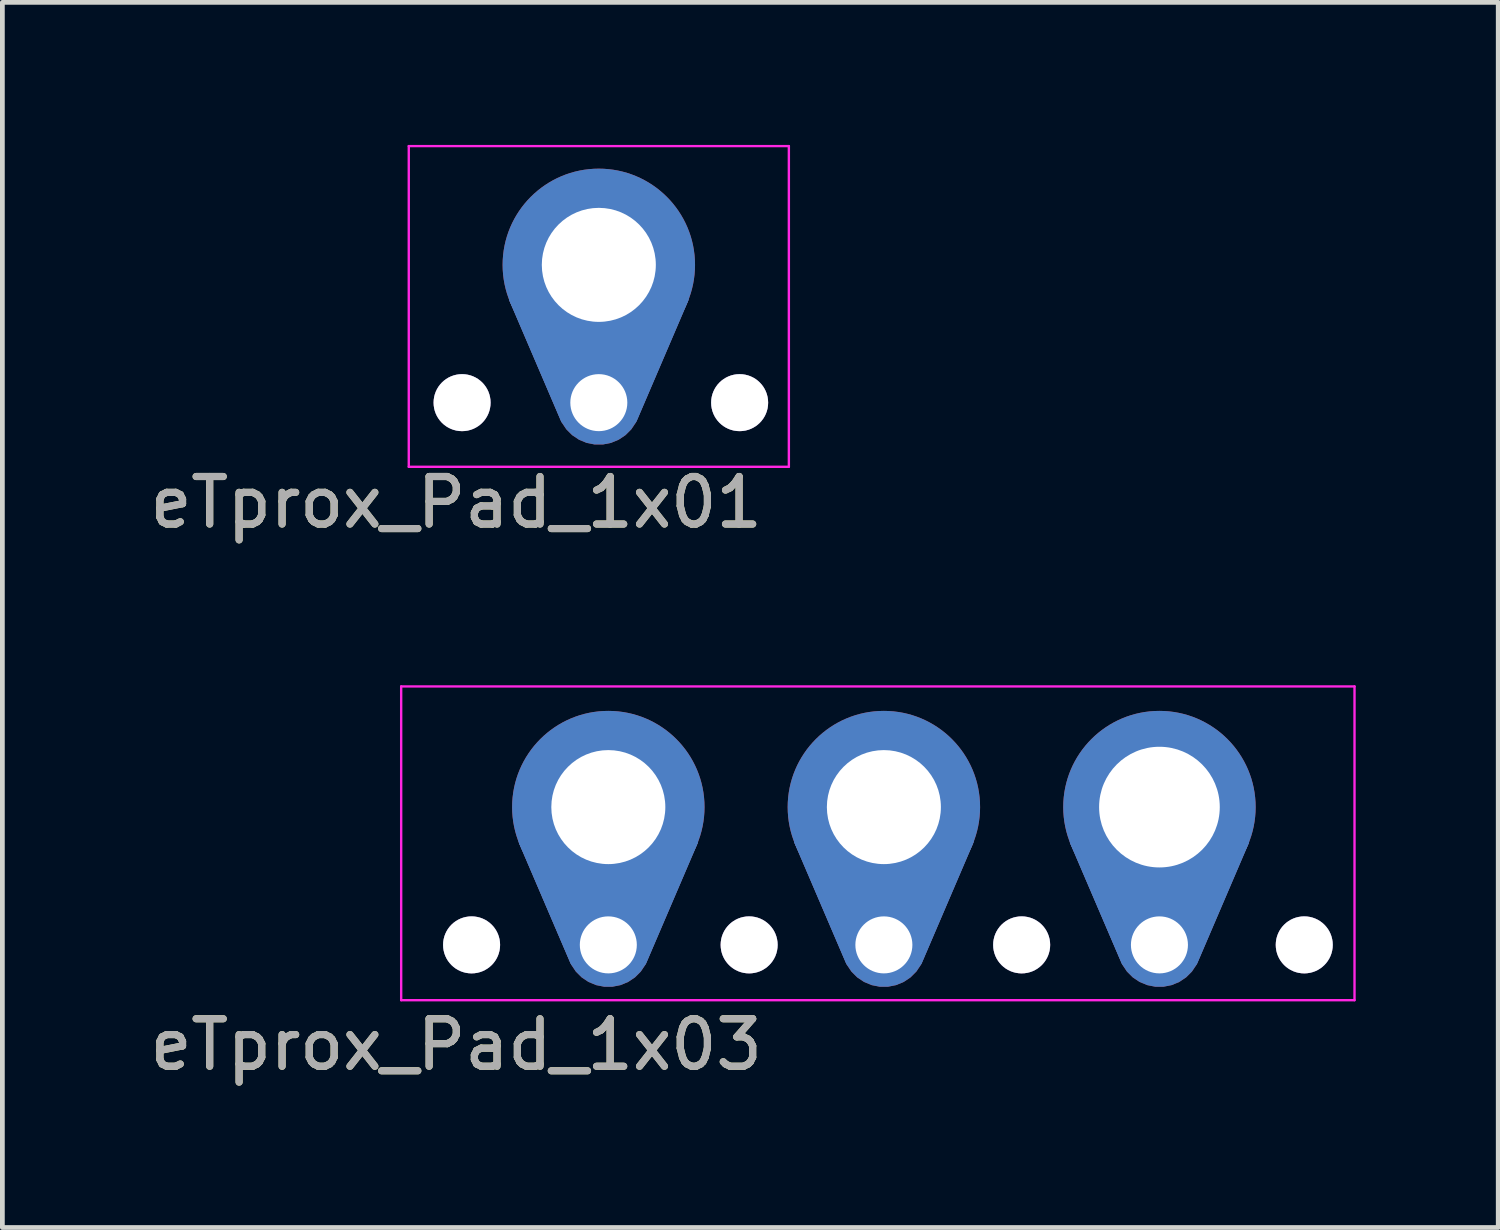
<source format=kicad_pcb>
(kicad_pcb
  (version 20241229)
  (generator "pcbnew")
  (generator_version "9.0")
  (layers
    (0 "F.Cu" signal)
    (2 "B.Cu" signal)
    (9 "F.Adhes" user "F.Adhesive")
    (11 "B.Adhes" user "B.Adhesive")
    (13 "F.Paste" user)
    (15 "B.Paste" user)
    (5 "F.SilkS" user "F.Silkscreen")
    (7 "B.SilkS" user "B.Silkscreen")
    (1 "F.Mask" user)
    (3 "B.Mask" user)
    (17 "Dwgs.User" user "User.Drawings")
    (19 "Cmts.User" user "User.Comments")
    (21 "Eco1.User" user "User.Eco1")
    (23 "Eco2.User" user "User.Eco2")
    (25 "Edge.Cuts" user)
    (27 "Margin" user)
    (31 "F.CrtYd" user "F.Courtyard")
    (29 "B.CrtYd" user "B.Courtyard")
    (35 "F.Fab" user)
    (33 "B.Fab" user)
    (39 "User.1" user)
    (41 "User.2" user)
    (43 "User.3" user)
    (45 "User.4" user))
  (footprint "eTprox_Pad_1x03"
    (layer "F.Cu")
    (at 15.554 13.938)
    (property "Reference" "eTprox_Pad_1x03" (at -9 5 180) (layer "F.SilkS") (effects (font (size 1 1) (thickness 0.15))))
    (attr exclude_from_pos_files exclude_from_bom)
    (fp_poly (pts (xy -5.075 3.263) (xy -3.987 0.725) (xy -7.612 0.725) (xy -6.525 3.263)) (stroke (width 0.15) (type solid)) (fill yes) (layer "B.Cu"))
    (fp_poly (pts (xy 0.725 3.263) (xy 1.812 0.725) (xy -1.812 0.725) (xy -0.725 3.263)) (stroke (width 0.15) (type solid)) (fill yes) (layer "B.Cu"))
    (fp_poly (pts (xy 6.525 3.263) (xy 7.612 0.725) (xy 3.987 0.725) (xy 5.075 3.263)) (stroke (width 0.15) (type solid)) (fill yes) (layer "B.Cu"))
    (fp_poly (pts (xy -5.075 3.263) (xy -3.987 0.725) (xy -7.612 0.725) (xy -6.525 3.263)) (stroke (width 0.15) (type solid)) (fill yes) (layer "B.Paste"))
    (fp_poly (pts (xy 0.725 3.263) (xy 1.812 0.725) (xy -1.812 0.725) (xy -0.725 3.263)) (stroke (width 0.15) (type solid)) (fill yes) (layer "B.Paste"))
    (fp_poly (pts (xy 6.525 3.263) (xy 7.612 0.725) (xy 3.987 0.725) (xy 5.075 3.263)) (stroke (width 0.15) (type solid)) (fill yes) (layer "B.Paste"))
    (fp_line (start -10.16 -2.54) (end -10.16 4.064) (stroke (width 0.05) (type solid)) (layer "F.CrtYd"))
    (fp_line (start -10.16 -2.54) (end 9.906 -2.54) (stroke (width 0.05) (type solid)) (layer "F.CrtYd"))
    (fp_line (start 9.906 4.064) (end -10.16 4.064) (stroke (width 0.05) (type solid)) (layer "F.CrtYd"))
    (fp_line (start 9.906 4.064) (end 9.906 -2.54) (stroke (width 0.05) (type solid)) (layer "F.CrtYd"))
    (fp_text user "${REFERENCE}" (at -9 5 0) (layer "F.Fab") (effects (font (size 1 1) (thickness 0.15))))
    (pad "1" thru_hole oval (at -5.8 0) (size 4.05 4.05) (drill 2.4) (layers "*.Cu" "*.Paste" "*.Mask"))
    (pad "1" thru_hole custom (at -5.8 2.9) (size 1.77 1.77) (drill 1.2) (layers "*.Cu" "*.Paste" "*.Mask") (options (anchor circle)) (primitives (gr_poly (pts (xy 0.725 0.362) (xy 1.812 -2.175) (xy -1.812 -2.175) (xy -0.725 0.362)) (width 0.15) (fill yes))))
    (pad "2" thru_hole oval (at 0 0) (size 4.05 4.05) (drill 2.4) (layers "*.Cu" "*.Paste" "*.Mask"))
    (pad "2" thru_hole custom (at 0 2.9) (size 1.77 1.77) (drill 1.2) (layers "*.Cu" "*.Paste" "*.Mask") (options (anchor circle)) (primitives (gr_poly (pts (xy 0.725 0.362) (xy 1.812 -2.175) (xy -1.812 -2.175) (xy -0.725 0.362)) (width 0.15) (fill yes))))
    (pad "3" thru_hole oval (at 5.8 0) (size 4.05 4.05) (drill 2.54) (layers "*.Cu" "*.Paste" "*.Mask"))
    (pad "3" thru_hole custom (at 5.8 2.9) (size 1.77 1.77) (drill 1.2) (layers "*.Cu" "*.Paste" "*.Mask") (options (anchor circle)) (primitives (gr_poly (pts (xy 0.725 0.362) (xy 1.812 -2.175) (xy -1.812 -2.175) (xy -0.725 0.362)) (width 0.15) (fill yes))))
    (pad "5" thru_hole circle (at -8.678 2.9) (size 1.2 1.2) (drill 1.2) (layers "*.Cu" "*.Mask"))
    (pad "5" thru_hole circle (at -2.836 2.9) (size 1.2 1.2) (drill 1.2) (layers "*.Cu" "*.Mask"))
    (pad "5" thru_hole circle (at 2.9 2.9) (size 1.2 1.2) (drill 1.2) (layers "*.Cu" "*.Mask"))
    (pad "5" thru_hole circle (at 8.848 2.9) (size 1.2 1.2) (drill 1.2) (layers "*.Cu" "*.Mask")))
  (footprint "eTprox_Pad_1x01"
    (layer "F.Cu")
    (at 9.554 2.525)
    (property "Reference" "eTprox_Pad_1x01" (at -3 5 180) (layer "F.SilkS") (effects (font (size 1 1) (thickness 0.15))))
    (attr exclude_from_pos_files exclude_from_bom)
    (fp_poly (pts (xy 0.725 3.263) (xy 1.812 0.725) (xy -1.812 0.725) (xy -0.725 3.263)) (stroke (width 0.15) (type solid)) (fill yes) (layer "B.Cu"))
    (fp_poly (pts (xy 0.725 3.263) (xy 1.812 0.725) (xy -1.812 0.725) (xy -0.725 3.263)) (stroke (width 0.15) (type solid)) (fill yes) (layer "B.Paste"))
    (fp_line (start -4 -2.5) (end -4 4.25) (stroke (width 0.05) (type solid)) (layer "F.CrtYd"))
    (fp_line (start -4 -2.5) (end 4 -2.5) (stroke (width 0.05) (type solid)) (layer "F.CrtYd"))
    (fp_line (start 4 4.25) (end -4 4.25) (stroke (width 0.05) (type solid)) (layer "F.CrtYd"))
    (fp_line (start 4 4.25) (end 4 -2.5) (stroke (width 0.05) (type solid)) (layer "F.CrtYd"))
    (fp_text user "${REFERENCE}" (at -3 5 0) (layer "F.Fab") (effects (font (size 1 1) (thickness 0.15))))
    (pad "1" thru_hole oval (at 0 0) (size 4.05 4.05) (drill 2.4) (layers "*.Cu" "*.Paste" "*.Mask"))
    (pad "1" thru_hole custom (at 0 2.9) (size 1.77 1.77) (drill 1.2) (layers "*.Cu" "*.Paste" "*.Mask") (options (anchor circle)) (primitives (gr_poly (pts (xy 0.725 0.362) (xy 1.812 -2.175) (xy -1.812 -2.175) (xy -0.725 0.362)) (width 0.15) (fill yes))))
    (pad "5" thru_hole circle (at -2.878 2.9) (size 1.2 1.2) (drill 1.2) (layers "*.Cu" "*.Mask"))
    (pad "5" thru_hole circle (at 2.964 2.9) (size 1.2 1.2) (drill 1.2) (layers "*.Cu" "*.Mask")))
  (gr_rect
    (start -3 -3)
    (end 28.485 22.787)
    (stroke (width 0.1) (type default))
    (fill no)
    (layer "Edge.Cuts")))
</source>
